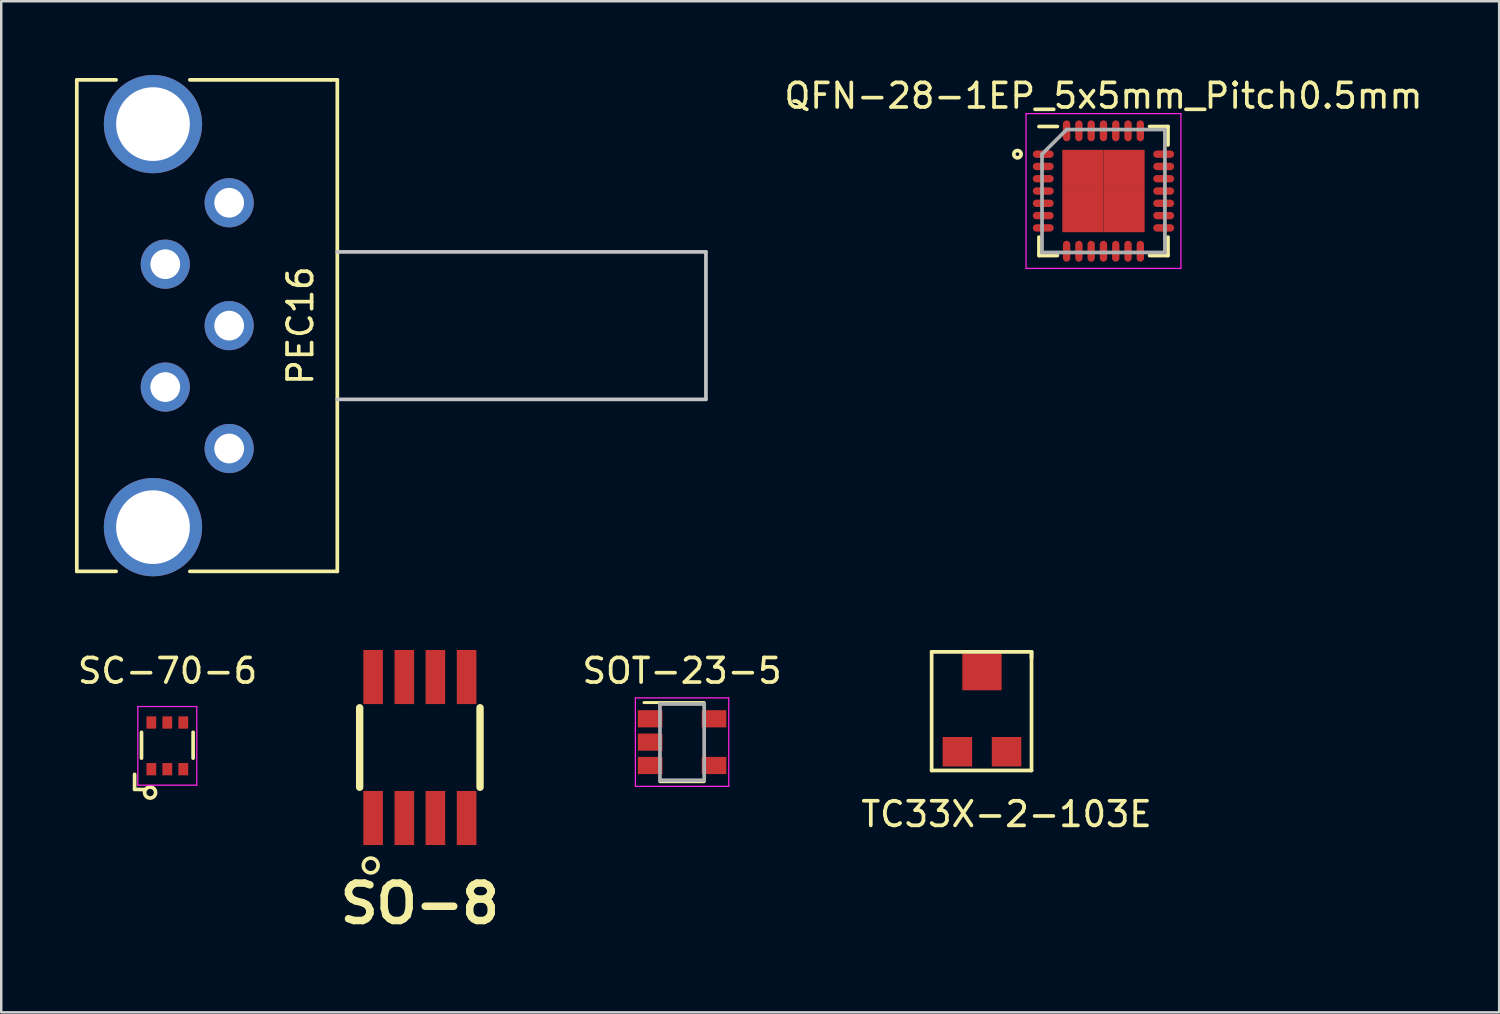
<source format=kicad_pcb>
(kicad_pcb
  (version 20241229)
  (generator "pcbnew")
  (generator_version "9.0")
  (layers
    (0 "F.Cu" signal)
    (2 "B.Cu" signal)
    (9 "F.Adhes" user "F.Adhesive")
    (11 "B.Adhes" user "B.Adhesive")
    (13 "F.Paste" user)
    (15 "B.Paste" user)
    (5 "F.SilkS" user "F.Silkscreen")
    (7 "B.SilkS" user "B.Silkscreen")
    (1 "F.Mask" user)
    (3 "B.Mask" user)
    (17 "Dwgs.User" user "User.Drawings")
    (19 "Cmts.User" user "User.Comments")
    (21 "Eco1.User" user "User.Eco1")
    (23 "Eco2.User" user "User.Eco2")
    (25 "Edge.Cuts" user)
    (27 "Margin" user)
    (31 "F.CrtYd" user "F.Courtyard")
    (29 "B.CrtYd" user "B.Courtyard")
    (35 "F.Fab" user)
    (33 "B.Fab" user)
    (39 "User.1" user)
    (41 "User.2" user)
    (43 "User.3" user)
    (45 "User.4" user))
  (footprint "QFN-28-1EP_5x5mm_Pitch0.5mm"
    (layer "F.Cu")
    (at 41.851 4.723)
    (property "Reference" "QFN-28-1EP_5x5mm_Pitch0.5mm" (at 0 -3.875 0) (layer "F.SilkS") (effects (font (size 1 1) (thickness 0.15))))
    (attr smd)
    (fp_line (start -2.625 -2.625) (end -1.875 -2.625) (stroke (width 0.15) (type solid)) (layer "F.SilkS"))
    (fp_line (start -2.625 2.625) (end -2.625 1.875) (stroke (width 0.15) (type solid)) (layer "F.SilkS"))
    (fp_line (start -2.625 2.625) (end -1.875 2.625) (stroke (width 0.15) (type solid)) (layer "F.SilkS"))
    (fp_line (start 2.625 -2.625) (end 1.875 -2.625) (stroke (width 0.15) (type solid)) (layer "F.SilkS"))
    (fp_line (start 2.625 -2.625) (end 2.625 -1.875) (stroke (width 0.15) (type solid)) (layer "F.SilkS"))
    (fp_line (start 2.625 2.625) (end 1.875 2.625) (stroke (width 0.15) (type solid)) (layer "F.SilkS"))
    (fp_line (start 2.625 2.625) (end 2.625 1.875) (stroke (width 0.15) (type solid)) (layer "F.SilkS"))
    (fp_circle (center -3.5 -1.5) (end -3.5 -1.65) (stroke (width 0.15) (type solid)) (fill no) (layer "F.SilkS"))
    (fp_line (start -3.15 -3.15) (end -3.15 3.15) (stroke (width 0.05) (type solid)) (layer "F.CrtYd"))
    (fp_line (start -3.15 -3.15) (end 3.15 -3.15) (stroke (width 0.05) (type solid)) (layer "F.CrtYd"))
    (fp_line (start -3.15 3.15) (end 3.15 3.15) (stroke (width 0.05) (type solid)) (layer "F.CrtYd"))
    (fp_line (start 3.15 -3.15) (end 3.15 3.15) (stroke (width 0.05) (type solid)) (layer "F.CrtYd"))
    (fp_line (start -2.5 -1.5) (end -1.5 -2.5) (stroke (width 0.15) (type solid)) (layer "F.Fab"))
    (fp_line (start -2.5 2.5) (end -2.5 -1.5) (stroke (width 0.15) (type solid)) (layer "F.Fab"))
    (fp_line (start -1.5 -2.5) (end 2.5 -2.5) (stroke (width 0.15) (type solid)) (layer "F.Fab"))
    (fp_line (start 2.5 -2.5) (end 2.5 2.5) (stroke (width 0.15) (type solid)) (layer "F.Fab"))
    (fp_line (start 2.5 2.5) (end -2.5 2.5) (stroke (width 0.15) (type solid)) (layer "F.Fab"))
    (pad "1" smd oval (at -2.45 -1.5) (size 0.85 0.3) (layers "F.Cu" "F.Mask" "F.Paste"))
    (pad "2" smd oval (at -2.45 -1) (size 0.85 0.3) (layers "F.Cu" "F.Mask" "F.Paste"))
    (pad "3" smd oval (at -2.45 -0.5) (size 0.85 0.3) (layers "F.Cu" "F.Mask" "F.Paste"))
    (pad "4" smd oval (at -2.45 0) (size 0.85 0.3) (layers "F.Cu" "F.Mask" "F.Paste"))
    (pad "5" smd oval (at -2.45 0.5) (size 0.85 0.3) (layers "F.Cu" "F.Mask" "F.Paste"))
    (pad "6" smd oval (at -2.45 1) (size 0.85 0.3) (layers "F.Cu" "F.Mask" "F.Paste"))
    (pad "7" smd oval (at -2.45 1.5) (size 0.85 0.3) (layers "F.Cu" "F.Mask" "F.Paste"))
    (pad "8" smd oval (at -1.5 2.45 90) (size 0.85 0.3) (layers "F.Cu" "F.Mask" "F.Paste"))
    (pad "9" smd oval (at -1 2.45 90) (size 0.85 0.3) (layers "F.Cu" "F.Mask" "F.Paste"))
    (pad "10" smd oval (at -0.5 2.45 90) (size 0.85 0.3) (layers "F.Cu" "F.Mask" "F.Paste"))
    (pad "11" smd oval (at 0 2.45 90) (size 0.85 0.3) (layers "F.Cu" "F.Mask" "F.Paste"))
    (pad "12" smd oval (at 0.5 2.45 90) (size 0.85 0.3) (layers "F.Cu" "F.Mask" "F.Paste"))
    (pad "13" smd oval (at 1 2.45 90) (size 0.85 0.3) (layers "F.Cu" "F.Mask" "F.Paste"))
    (pad "14" smd oval (at 1.5 2.45 90) (size 0.85 0.3) (layers "F.Cu" "F.Mask" "F.Paste"))
    (pad "15" smd oval (at 2.45 1.5) (size 0.85 0.3) (layers "F.Cu" "F.Mask" "F.Paste"))
    (pad "16" smd oval (at 2.45 1) (size 0.85 0.3) (layers "F.Cu" "F.Mask" "F.Paste"))
    (pad "17" smd oval (at 2.45 0.5) (size 0.85 0.3) (layers "F.Cu" "F.Mask" "F.Paste"))
    (pad "18" smd oval (at 2.45 0) (size 0.85 0.3) (layers "F.Cu" "F.Mask" "F.Paste"))
    (pad "19" smd oval (at 2.45 -0.5) (size 0.85 0.3) (layers "F.Cu" "F.Mask" "F.Paste"))
    (pad "20" smd oval (at 2.45 -1) (size 0.85 0.3) (layers "F.Cu" "F.Mask" "F.Paste"))
    (pad "21" smd oval (at 2.45 -1.5) (size 0.85 0.3) (layers "F.Cu" "F.Mask" "F.Paste"))
    (pad "22" smd oval (at 1.5 -2.45 90) (size 0.85 0.3) (layers "F.Cu" "F.Mask" "F.Paste"))
    (pad "23" smd oval (at 1 -2.45 90) (size 0.85 0.3) (layers "F.Cu" "F.Mask" "F.Paste"))
    (pad "24" smd oval (at 0.5 -2.45 90) (size 0.85 0.3) (layers "F.Cu" "F.Mask" "F.Paste"))
    (pad "25" smd oval (at 0 -2.45 90) (size 0.85 0.3) (layers "F.Cu" "F.Mask" "F.Paste"))
    (pad "26" smd oval (at -0.5 -2.45 90) (size 0.85 0.3) (layers "F.Cu" "F.Mask" "F.Paste"))
    (pad "27" smd oval (at -1 -2.45 90) (size 0.85 0.3) (layers "F.Cu" "F.Mask" "F.Paste"))
    (pad "28" smd oval (at -1.5 -2.45 90) (size 0.85 0.3) (layers "F.Cu" "F.Mask" "F.Paste"))
    (pad "29" smd rect (at -0.838 -0.838) (size 1.675 1.675) (layers "F.Cu" "F.Mask" "F.Paste"))
    (pad "29" smd rect (at -0.838 0.838) (size 1.675 1.675) (layers "F.Cu" "F.Mask" "F.Paste"))
    (pad "29" smd rect (at 0.838 -0.838) (size 1.675 1.675) (layers "F.Cu" "F.Mask" "F.Paste"))
    (pad "29" smd rect (at 0.838 0.838) (size 1.675 1.675) (layers "F.Cu" "F.Mask" "F.Paste")))
  (footprint "SO-8"
    (layer "F.Cu")
    (at 14.034 27.367)
    (property "Reference" "SO-8" (at 0 6.35 0) (layer "F.SilkS") (effects (font (size 1.524 1.524) (thickness 0.305))))
    (attr through_hole)
    (fp_line (start -2.449 -1.618) (end -2.449 1.618) (stroke (width 0.3) (type solid)) (layer "F.SilkS"))
    (fp_line (start 2.449 -1.618) (end 2.449 1.618) (stroke (width 0.3) (type solid)) (layer "F.SilkS"))
    (fp_circle (center -2 4.8) (end -2 4.5) (stroke (width 0.15) (type solid)) (fill no) (layer "F.SilkS"))
    (pad "1" smd rect (at -1.902 2.868 180) (size 0.798 2.2) (layers "F.Cu" "F.Mask" "F.Paste"))
    (pad "2" smd rect (at -0.632 2.868 180) (size 0.798 2.2) (layers "F.Cu" "F.Mask" "F.Paste"))
    (pad "3" smd rect (at 0.632 2.868 180) (size 0.798 2.2) (layers "F.Cu" "F.Mask" "F.Paste"))
    (pad "4" smd rect (at 1.902 2.868 180) (size 0.798 2.2) (layers "F.Cu" "F.Mask" "F.Paste"))
    (pad "5" smd rect (at 1.902 -2.868) (size 0.798 2.2) (layers "F.Cu" "F.Mask" "F.Paste"))
    (pad "6" smd rect (at 0.632 -2.868) (size 0.798 2.2) (layers "F.Cu" "F.Mask" "F.Paste"))
    (pad "7" smd rect (at -0.632 -2.868) (size 0.798 2.2) (layers "F.Cu" "F.Mask" "F.Paste"))
    (pad "8" smd rect (at -1.902 -2.868) (size 0.798 2.2) (layers "F.Cu" "F.Mask" "F.Paste")))
  (footprint "SOT-23-5"
    (layer "F.Cu")
    (at 24.704 27.148)
    (property "Reference" "SOT-23-5" (at 0 -2.9 0) (layer "F.SilkS") (effects (font (size 1 1) (thickness 0.15))))
    (attr smd)
    (fp_line (start -0.9 1.61) (end 0.9 1.61) (stroke (width 0.12) (type solid)) (layer "F.SilkS"))
    (fp_line (start 0.9 -1.61) (end -1.55 -1.61) (stroke (width 0.12) (type solid)) (layer "F.SilkS"))
    (fp_line (start -1.9 -1.8) (end 1.9 -1.8) (stroke (width 0.05) (type solid)) (layer "F.CrtYd"))
    (fp_line (start -1.9 1.8) (end -1.9 -1.8) (stroke (width 0.05) (type solid)) (layer "F.CrtYd"))
    (fp_line (start 1.9 -1.8) (end 1.9 1.8) (stroke (width 0.05) (type solid)) (layer "F.CrtYd"))
    (fp_line (start 1.9 1.8) (end -1.9 1.8) (stroke (width 0.05) (type solid)) (layer "F.CrtYd"))
    (fp_line (start -0.9 -1.55) (end -0.9 1.55) (stroke (width 0.15) (type solid)) (layer "F.Fab"))
    (fp_line (start 0.9 -1.55) (end -0.9 -1.55) (stroke (width 0.15) (type solid)) (layer "F.Fab"))
    (fp_line (start 0.9 -1.55) (end 0.9 1.55) (stroke (width 0.15) (type solid)) (layer "F.Fab"))
    (fp_line (start 0.9 1.55) (end -0.9 1.55) (stroke (width 0.15) (type solid)) (layer "F.Fab"))
    (pad "1" smd rect (at -1.3 -0.95) (size 1 0.7) (layers "F.Cu" "F.Mask" "F.Paste"))
    (pad "2" smd rect (at -1.3 0) (size 1 0.7) (layers "F.Cu" "F.Mask" "F.Paste"))
    (pad "3" smd rect (at -1.3 0.95) (size 1 0.7) (layers "F.Cu" "F.Mask" "F.Paste"))
    (pad "4" smd rect (at 1.3 0.95) (size 1 0.7) (layers "F.Cu" "F.Mask" "F.Paste"))
    (pad "5" smd rect (at 1.3 -0.95) (size 1 0.7) (layers "F.Cu" "F.Mask" "F.Paste")))
  (footprint "SC-70-6"
    (layer "F.Cu")
    (at 3.758 27.299)
    (property "Reference" "SC-70-6" (at 0.01 -3.051 0) (layer "F.SilkS") (effects (font (size 1 1) (thickness 0.15))))
    (attr smd)
    (fp_line (start -1.331 1.161) (end -1.331 1.77) (stroke (width 0.15) (type solid)) (layer "F.SilkS"))
    (fp_line (start -1.331 1.77) (end -0.899 1.781) (stroke (width 0.15) (type solid)) (layer "F.SilkS"))
    (fp_line (start -1.05 -0.55) (end -1.05 0.5) (stroke (width 0.15) (type solid)) (layer "F.SilkS"))
    (fp_line (start 1.05 0.5) (end 1.05 -0.55) (stroke (width 0.15) (type solid)) (layer "F.SilkS"))
    (fp_circle (center -0.7 1.9) (end -0.6 1.7) (stroke (width 0.15) (type solid)) (fill no) (layer "F.SilkS"))
    (fp_line (start -1.2 -1.6) (end 1.2 -1.6) (stroke (width 0.05) (type solid)) (layer "F.CrtYd"))
    (fp_line (start -1.2 1.6) (end -1.2 -1.6) (stroke (width 0.05) (type solid)) (layer "F.CrtYd"))
    (fp_line (start 1.2 -1.6) (end 1.2 1.6) (stroke (width 0.05) (type solid)) (layer "F.CrtYd"))
    (fp_line (start 1.2 1.6) (end -1.2 1.6) (stroke (width 0.05) (type solid)) (layer "F.CrtYd"))
    (pad "1" smd rect (at -0.65 0.95) (size 0.4 0.5) (layers "F.Cu" "F.Mask" "F.Paste"))
    (pad "2" smd rect (at 0 0.95) (size 0.4 0.5) (layers "F.Cu" "F.Mask" "F.Paste"))
    (pad "3" smd rect (at 0.65 0.95) (size 0.4 0.5) (layers "F.Cu" "F.Mask" "F.Paste"))
    (pad "4" smd rect (at 0.65 -0.95) (size 0.4 0.5) (layers "F.Cu" "F.Mask" "F.Paste"))
    (pad "5" smd rect (at 0 -0.95) (size 0.4 0.5) (layers "F.Cu" "F.Mask" "F.Paste"))
    (pad "6" smd rect (at -0.65 -0.95) (size 0.4 0.5) (layers "F.Cu" "F.Mask" "F.Paste")))
  (footprint "TC33X-2-103E"
    (layer "F.Cu")
    (at 37.907 27.539)
    (property "Reference" "TC33X-2-103E" (at 0 2.54 0) (layer "F.SilkS") (effects (font (size 1 1) (thickness 0.15))))
    (attr through_hole)
    (fp_line (start -3.048 -4.064) (end -3.048 0.762) (stroke (width 0.15) (type solid)) (layer "F.SilkS"))
    (fp_line (start -3.048 0.762) (end 1.016 0.762) (stroke (width 0.15) (type solid)) (layer "F.SilkS"))
    (fp_line (start 1.016 -4.064) (end -3.048 -4.064) (stroke (width 0.15) (type solid)) (layer "F.SilkS"))
    (fp_line (start 1.016 -4.064) (end 1.016 0.762) (stroke (width 0.15) (type solid)) (layer "F.SilkS"))
    (fp_line (start 1.016 -3.81) (end 1.016 -4.064) (stroke (width 0.15) (type solid)) (layer "F.SilkS"))
    (pad "1" smd rect (at -2 0) (size 1.2 1.2) (layers "F.Cu" "F.Mask" "F.Paste"))
    (pad "2" smd rect (at -1 -3.25 180) (size 1.6 1.5) (layers "F.Cu" "F.Mask" "F.Paste"))
    (pad "3" smd rect (at 0 0) (size 1.2 1.2) (layers "F.Cu" "F.Mask" "F.Paste")))
  (footprint "PEC16"
    (layer "F.Cu")
    (at 3.175 10.2)
    (property "Reference" "PEC16" (at 6 0 270) (layer "F.SilkS") (effects (font (size 1 1) (thickness 0.15))))
    (attr through_hole)
    (fp_line (start -3.1 -10) (end -3.1 10) (stroke (width 0.15) (type solid)) (layer "F.SilkS"))
    (fp_line (start -3.1 -10) (end -1.5 -10) (stroke (width 0.15) (type solid)) (layer "F.SilkS"))
    (fp_line (start -3.1 10) (end -1.5 10) (stroke (width 0.15) (type solid)) (layer "F.SilkS"))
    (fp_line (start 1.5 -10) (end 7.25 -10) (stroke (width 0.15) (type solid)) (layer "F.SilkS"))
    (fp_line (start 1.5 10) (end 7.5 10) (stroke (width 0.15) (type solid)) (layer "F.SilkS"))
    (fp_line (start 7.25 -10) (end 7.5 -10) (stroke (width 0.15) (type solid)) (layer "F.SilkS"))
    (fp_line (start 7.5 -10) (end 7.5 10) (stroke (width 0.15) (type solid)) (layer "F.SilkS"))
    (fp_line (start 7.5 -3) (end 22.5 -3) (stroke (width 0.15) (type solid)) (layer "Dwgs.User"))
    (fp_line (start 7.5 3) (end 22.5 3) (stroke (width 0.15) (type solid)) (layer "Dwgs.User"))
    (fp_line (start 22.5 -3) (end 22.5 3) (stroke (width 0.15) (type solid)) (layer "Dwgs.User"))
    (pad "A" thru_hole circle (at 3.1 5) (size 2 2) (drill 1.21) (layers "*.Cu" "*.Mask"))
    (pad "B" thru_hole circle (at 3.1 0) (size 2 2) (drill 1.21) (layers "*.Cu" "*.Mask"))
    (pad "C" thru_hole circle (at 3.1 -5) (size 2 2) (drill 1.21) (layers "*.Cu" "*.Mask"))
    (pad "D" thru_hole circle (at 0.5 2.5) (size 2 2) (drill 1.21) (layers "*.Cu" "*.Mask"))
    (pad "E" thru_hole circle (at 0.5 -2.5) (size 2 2) (drill 1.21) (layers "*.Cu" "*.Mask"))
    (pad "~" thru_hole circle (at 0 -8.2) (size 4 4) (drill 3) (layers "*.Cu" "*.Mask"))
    (pad "~" thru_hole circle (at 0 8.2) (size 4 4) (drill 3) (layers "*.Cu" "*.Mask")))
  (gr_rect
    (start -3 -3)
    (end 57.952 38.144)
    (stroke (width 0.1) (type default))
    (fill no)
    (layer "Edge.Cuts")))
</source>
